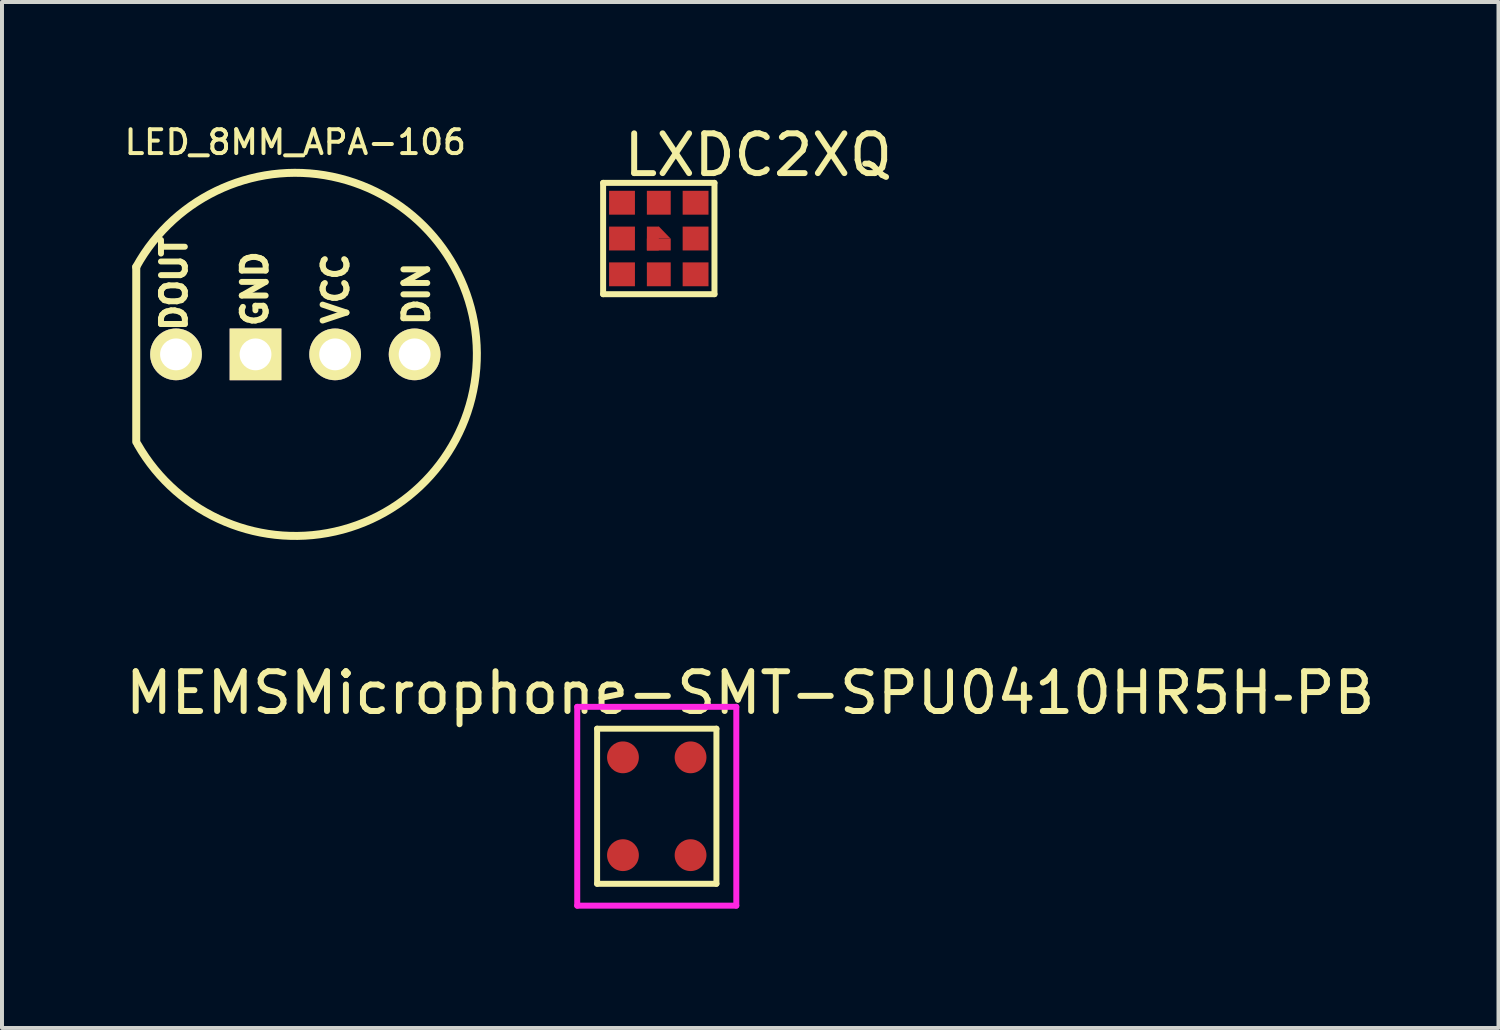
<source format=kicad_pcb>
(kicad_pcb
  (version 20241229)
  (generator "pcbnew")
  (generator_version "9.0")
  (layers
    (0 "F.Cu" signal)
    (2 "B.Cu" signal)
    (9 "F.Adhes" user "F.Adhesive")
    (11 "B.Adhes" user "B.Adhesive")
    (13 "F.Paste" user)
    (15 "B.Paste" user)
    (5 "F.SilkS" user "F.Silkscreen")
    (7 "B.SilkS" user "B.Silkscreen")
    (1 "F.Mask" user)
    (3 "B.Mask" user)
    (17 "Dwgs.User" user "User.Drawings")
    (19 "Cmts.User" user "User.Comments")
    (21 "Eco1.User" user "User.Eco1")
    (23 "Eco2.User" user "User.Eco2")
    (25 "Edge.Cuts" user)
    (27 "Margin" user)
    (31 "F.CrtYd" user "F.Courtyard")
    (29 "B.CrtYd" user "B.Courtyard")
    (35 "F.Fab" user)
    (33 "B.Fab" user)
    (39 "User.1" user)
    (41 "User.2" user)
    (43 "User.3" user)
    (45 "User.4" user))
  (footprint "LED_8MM_APA-106"
    (layer "F.Cu")
    (at 4.376 5.861)
    (property "Reference" "LED_8MM_APA-106" (at 0 -5.334 0) (layer "F.SilkS") (effects (font (size 0.6 0.6) (thickness 0.1))))
    (attr through_hole)
    (fp_line (start -4 -2.2) (end -4 2.2) (stroke (width 0.201) (type solid)) (layer "F.SilkS"))
    (fp_arc (start -4.0005 -2.19964) (mid 4.565211 -0.035552) (end -3.965757 2.261678) (stroke (width 0.20066) (type solid)) (layer "F.SilkS"))
    (fp_text user "GND" (at -1.016 -1.651 90) (layer "F.SilkS") (effects (font (size 0.6 0.6) (thickness 0.15))))
    (fp_text user "VCC" (at 1.016 -1.651 90) (layer "F.SilkS") (effects (font (size 0.6 0.6) (thickness 0.15))))
    (fp_text user "DOUT" (at -3.048 -1.778 90) (layer "F.SilkS") (effects (font (size 0.6 0.6) (thickness 0.15))))
    (fp_text user "DIN" (at 3.048 -1.524 90) (layer "F.SilkS") (effects (font (size 0.6 0.6) (thickness 0.15))))
    (pad "1" thru_hole circle (at 3 0) (size 1.3 1.3) (drill 0.8) (layers "*.Cu" "*.Mask" "F.SilkS"))
    (pad "2" thru_hole circle (at 1.001 0) (size 1.3 1.3) (drill 0.8) (layers "*.Cu" "*.Mask" "F.SilkS"))
    (pad "3" thru_hole rect (at -1.001 0) (size 1.3 1.3) (drill 0.8) (layers "*.Cu" "*.Mask" "F.SilkS"))
    (pad "4" thru_hole circle (at -3 0) (size 1.3 1.3) (drill 0.8) (layers "*.Cu" "*.Mask" "F.SilkS")))
  (footprint "LXDC2XQ"
    (layer "F.Cu")
    (at 13.516 2.948)
    (property "Reference" "LXDC2XQ" (at 2.5 -2.1 0) (layer "F.SilkS") (effects (font (size 1 1) (thickness 0.15))))
    (attr through_hole)
    (fp_line (start -1.4 -1.4) (end 1.4 -1.4) (stroke (width 0.15) (type solid)) (layer "F.SilkS"))
    (fp_line (start -1.4 1.4) (end -1.4 -1.4) (stroke (width 0.15) (type solid)) (layer "F.SilkS"))
    (fp_line (start 1.4 -1.4) (end 1.4 1.4) (stroke (width 0.15) (type solid)) (layer "F.SilkS"))
    (fp_line (start 1.4 1.4) (end -1.4 1.4) (stroke (width 0.15) (type solid)) (layer "F.SilkS"))
    (pad "1" smd rect (at 0.925 -0.9) (size 0.65 0.6) (layers "F.Cu" "F.Mask" "F.Paste"))
    (pad "2" smd rect (at 0 -0.9) (size 0.6 0.6) (layers "F.Cu" "F.Mask" "F.Paste"))
    (pad "3" smd rect (at -0.925 -0.9) (size 0.65 0.6) (layers "F.Cu" "F.Mask" "F.Paste"))
    (pad "4" smd rect (at -0.925 0) (size 0.65 0.6) (layers "F.Cu" "F.Mask" "F.Paste"))
    (pad "5" smd rect (at -0.925 0.9) (size 0.65 0.6) (layers "F.Cu" "F.Mask" "F.Paste"))
    (pad "6" smd rect (at 0 0.9) (size 0.6 0.6) (layers "F.Cu" "F.Mask" "F.Paste"))
    (pad "7" smd rect (at 0.925 0.9) (size 0.65 0.6) (layers "F.Cu" "F.Mask" "F.Paste"))
    (pad "8" smd rect (at 0.925 0) (size 0.65 0.6) (layers "F.Cu" "F.Mask" "F.Paste"))
    (pad "9" smd rect (at -0.15 0 90) (size 0.6 0.3) (layers "F.Cu" "F.Mask" "F.Paste"))
    (pad "9" smd trapezoid (at 0 -0.15) (size 0.3 0.3) (rect_delta 0 0.29) (layers "F.Cu" "F.Mask" "F.Paste"))
    (pad "9" smd rect (at 0 0.15) (size 0.6 0.3) (layers "F.Cu" "F.Mask" "F.Paste")))
  (footprint "MEMSMicrophone-SMT-SPU0410HR5H‐PB"
    (layer "F.Cu")
    (at 13.465 17.224)
    (property "Reference" "MEMSMicrophone-SMT-SPU0410HR5H‐PB" (at 2.35 -2.85 0) (layer "F.SilkS") (effects (font (size 1 1) (thickness 0.15))))
    (attr through_hole)
    (fp_line (start -1.5 -1.95) (end 1.5 -1.95) (stroke (width 0.15) (type solid)) (layer "F.SilkS"))
    (fp_line (start -1.5 1.95) (end -1.5 -1.95) (stroke (width 0.15) (type solid)) (layer "F.SilkS"))
    (fp_line (start 1.5 -1.95) (end 1.5 1.95) (stroke (width 0.15) (type solid)) (layer "F.SilkS"))
    (fp_line (start 1.5 1.95) (end -1.5 1.95) (stroke (width 0.15) (type solid)) (layer "F.SilkS"))
    (fp_line (start -2 -2.5) (end 2 -2.5) (stroke (width 0.15) (type solid)) (layer "F.CrtYd"))
    (fp_line (start -2 2.5) (end -2 -2.5) (stroke (width 0.15) (type solid)) (layer "F.CrtYd"))
    (fp_line (start 2 -2.5) (end 2 2.5) (stroke (width 0.15) (type solid)) (layer "F.CrtYd"))
    (fp_line (start 2 2.5) (end -2 2.5) (stroke (width 0.15) (type solid)) (layer "F.CrtYd"))
    (pad "1" smd circle (at 0.85 -1.23) (size 0.8 0.8) (layers "F.Cu" "F.Mask" "F.Paste"))
    (pad "2" smd circle (at -0.85 -1.23) (size 0.8 0.8) (layers "F.Cu" "F.Mask" "F.Paste"))
    (pad "3" smd circle (at -0.85 1.23) (size 0.8 0.8) (layers "F.Cu" "F.Mask" "F.Paste"))
    (pad "4" smd circle (at 0.85 1.23) (size 0.8 0.8) (layers "F.Cu" "F.Mask" "F.Paste")))
  (gr_rect
    (start -3 -3)
    (end 34.631 22.799)
    (stroke (width 0.1) (type default))
    (fill no)
    (layer "Edge.Cuts")))
</source>
